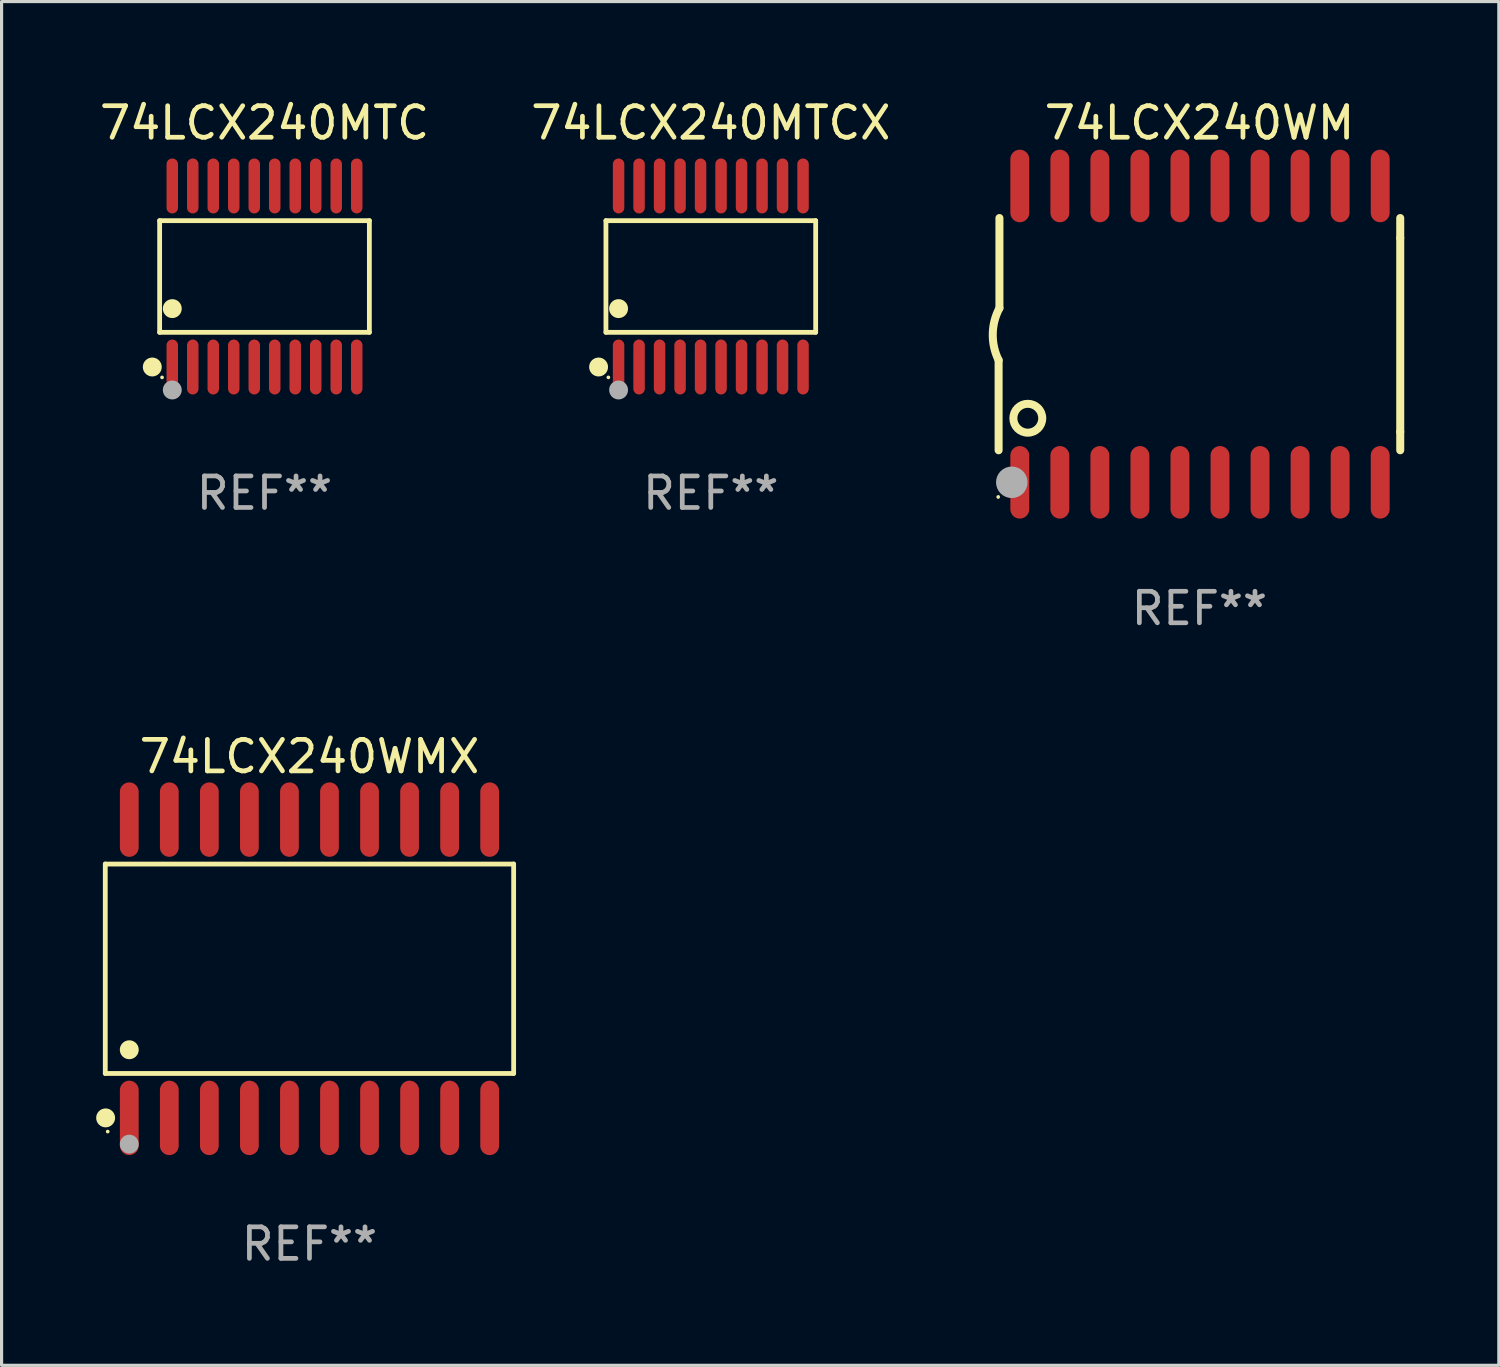
<source format=kicad_pcb>
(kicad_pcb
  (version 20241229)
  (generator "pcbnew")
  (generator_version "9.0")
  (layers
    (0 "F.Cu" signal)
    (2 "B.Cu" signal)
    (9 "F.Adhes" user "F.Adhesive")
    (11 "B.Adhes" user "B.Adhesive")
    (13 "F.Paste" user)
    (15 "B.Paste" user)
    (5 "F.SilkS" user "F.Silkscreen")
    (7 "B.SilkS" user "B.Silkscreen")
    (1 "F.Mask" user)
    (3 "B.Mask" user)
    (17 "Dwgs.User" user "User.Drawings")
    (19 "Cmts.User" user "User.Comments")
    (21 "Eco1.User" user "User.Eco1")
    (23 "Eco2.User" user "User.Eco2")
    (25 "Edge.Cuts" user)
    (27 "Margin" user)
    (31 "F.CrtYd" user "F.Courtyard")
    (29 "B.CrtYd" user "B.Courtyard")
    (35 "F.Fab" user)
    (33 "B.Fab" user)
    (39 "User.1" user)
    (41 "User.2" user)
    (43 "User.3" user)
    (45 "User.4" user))
  (footprint "74LCX240MTCX"
    (layer "F.Cu")
    (at 19.494 5.719)
    (property "Reference" "74LCX240MTCX" (at 0 -4.871 0) (layer "F.SilkS") (effects (font (size 1 1) (thickness 0.15))))
    (attr through_hole)
    (fp_line (start -3.326 -1.771) (end 3.326 -1.771) (stroke (width 0.152) (type solid)) (layer "F.SilkS"))
    (fp_line (start -3.326 1.771) (end -3.326 -1.771) (stroke (width 0.152) (type solid)) (layer "F.SilkS"))
    (fp_line (start 3.326 -1.771) (end 3.326 1.771) (stroke (width 0.152) (type solid)) (layer "F.SilkS"))
    (fp_line (start 3.326 1.771) (end -3.326 1.771) (stroke (width 0.152) (type solid)) (layer "F.SilkS"))
    (fp_circle (center -3.559 2.871) (end -3.409 2.871) (stroke (width 0.3) (type solid)) (fill no) (layer "F.SilkS"))
    (fp_circle (center -3.25 3.2) (end -3.22 3.2) (stroke (width 0.06) (type solid)) (fill no) (layer "F.SilkS"))
    (fp_circle (center -2.925 1.019) (end -2.775 1.019) (stroke (width 0.3) (type solid)) (fill no) (layer "F.SilkS"))
    (fp_circle (center -2.925 3.6) (end -2.775 3.6) (stroke (width 0.3) (type solid)) (fill no) (layer "F.Fab"))
    (fp_text user "REF**" (at 0 6.871 0) (layer "F.Fab") (effects (font (size 1 1) (thickness 0.15))))
    (pad "1" smd oval (at -2.925 2.871) (size 0.364 1.742) (layers "F.Cu" "F.Mask" "F.Paste"))
    (pad "2" smd oval (at -2.275 2.871) (size 0.364 1.742) (layers "F.Cu" "F.Mask" "F.Paste"))
    (pad "3" smd oval (at -1.625 2.871) (size 0.364 1.742) (layers "F.Cu" "F.Mask" "F.Paste"))
    (pad "4" smd oval (at -0.975 2.871) (size 0.364 1.742) (layers "F.Cu" "F.Mask" "F.Paste"))
    (pad "5" smd oval (at -0.325 2.871) (size 0.364 1.742) (layers "F.Cu" "F.Mask" "F.Paste"))
    (pad "6" smd oval (at 0.325 2.871) (size 0.364 1.742) (layers "F.Cu" "F.Mask" "F.Paste"))
    (pad "7" smd oval (at 0.975 2.871) (size 0.364 1.742) (layers "F.Cu" "F.Mask" "F.Paste"))
    (pad "8" smd oval (at 1.625 2.871) (size 0.364 1.742) (layers "F.Cu" "F.Mask" "F.Paste"))
    (pad "9" smd oval (at 2.275 2.871) (size 0.364 1.742) (layers "F.Cu" "F.Mask" "F.Paste"))
    (pad "10" smd oval (at 2.925 2.871) (size 0.364 1.742) (layers "F.Cu" "F.Mask" "F.Paste"))
    (pad "11" smd oval (at 2.925 -2.871) (size 0.364 1.742) (layers "F.Cu" "F.Mask" "F.Paste"))
    (pad "12" smd oval (at 2.275 -2.871) (size 0.364 1.742) (layers "F.Cu" "F.Mask" "F.Paste"))
    (pad "13" smd oval (at 1.625 -2.871) (size 0.364 1.742) (layers "F.Cu" "F.Mask" "F.Paste"))
    (pad "14" smd oval (at 0.975 -2.871) (size 0.364 1.742) (layers "F.Cu" "F.Mask" "F.Paste"))
    (pad "15" smd oval (at 0.325 -2.871) (size 0.364 1.742) (layers "F.Cu" "F.Mask" "F.Paste"))
    (pad "16" smd oval (at -0.325 -2.871) (size 0.364 1.742) (layers "F.Cu" "F.Mask" "F.Paste"))
    (pad "17" smd oval (at -0.975 -2.871) (size 0.364 1.742) (layers "F.Cu" "F.Mask" "F.Paste"))
    (pad "18" smd oval (at -1.625 -2.871) (size 0.364 1.742) (layers "F.Cu" "F.Mask" "F.Paste"))
    (pad "19" smd oval (at -2.275 -2.871) (size 0.364 1.742) (layers "F.Cu" "F.Mask" "F.Paste"))
    (pad "20" smd oval (at -2.925 -2.871) (size 0.364 1.742) (layers "F.Cu" "F.Mask" "F.Paste")))
  (footprint "74LCX240MTC"
    (layer "F.Cu")
    (at 5.339 5.719)
    (property "Reference" "74LCX240MTC" (at 0 -4.871 0) (layer "F.SilkS") (effects (font (size 1 1) (thickness 0.15))))
    (attr through_hole)
    (fp_line (start -3.326 -1.771) (end 3.326 -1.771) (stroke (width 0.152) (type solid)) (layer "F.SilkS"))
    (fp_line (start -3.326 1.771) (end -3.326 -1.771) (stroke (width 0.152) (type solid)) (layer "F.SilkS"))
    (fp_line (start 3.326 -1.771) (end 3.326 1.771) (stroke (width 0.152) (type solid)) (layer "F.SilkS"))
    (fp_line (start 3.326 1.771) (end -3.326 1.771) (stroke (width 0.152) (type solid)) (layer "F.SilkS"))
    (fp_circle (center -3.559 2.871) (end -3.409 2.871) (stroke (width 0.3) (type solid)) (fill no) (layer "F.SilkS"))
    (fp_circle (center -3.25 3.2) (end -3.22 3.2) (stroke (width 0.06) (type solid)) (fill no) (layer "F.SilkS"))
    (fp_circle (center -2.925 1.019) (end -2.775 1.019) (stroke (width 0.3) (type solid)) (fill no) (layer "F.SilkS"))
    (fp_circle (center -2.925 3.6) (end -2.775 3.6) (stroke (width 0.3) (type solid)) (fill no) (layer "F.Fab"))
    (fp_text user "REF**" (at 0 6.871 0) (layer "F.Fab") (effects (font (size 1 1) (thickness 0.15))))
    (pad "1" smd oval (at -2.925 2.871) (size 0.364 1.742) (layers "F.Cu" "F.Mask" "F.Paste"))
    (pad "2" smd oval (at -2.275 2.871) (size 0.364 1.742) (layers "F.Cu" "F.Mask" "F.Paste"))
    (pad "3" smd oval (at -1.625 2.871) (size 0.364 1.742) (layers "F.Cu" "F.Mask" "F.Paste"))
    (pad "4" smd oval (at -0.975 2.871) (size 0.364 1.742) (layers "F.Cu" "F.Mask" "F.Paste"))
    (pad "5" smd oval (at -0.325 2.871) (size 0.364 1.742) (layers "F.Cu" "F.Mask" "F.Paste"))
    (pad "6" smd oval (at 0.325 2.871) (size 0.364 1.742) (layers "F.Cu" "F.Mask" "F.Paste"))
    (pad "7" smd oval (at 0.975 2.871) (size 0.364 1.742) (layers "F.Cu" "F.Mask" "F.Paste"))
    (pad "8" smd oval (at 1.625 2.871) (size 0.364 1.742) (layers "F.Cu" "F.Mask" "F.Paste"))
    (pad "9" smd oval (at 2.275 2.871) (size 0.364 1.742) (layers "F.Cu" "F.Mask" "F.Paste"))
    (pad "10" smd oval (at 2.925 2.871) (size 0.364 1.742) (layers "F.Cu" "F.Mask" "F.Paste"))
    (pad "11" smd oval (at 2.925 -2.871) (size 0.364 1.742) (layers "F.Cu" "F.Mask" "F.Paste"))
    (pad "12" smd oval (at 2.275 -2.871) (size 0.364 1.742) (layers "F.Cu" "F.Mask" "F.Paste"))
    (pad "13" smd oval (at 1.625 -2.871) (size 0.364 1.742) (layers "F.Cu" "F.Mask" "F.Paste"))
    (pad "14" smd oval (at 0.975 -2.871) (size 0.364 1.742) (layers "F.Cu" "F.Mask" "F.Paste"))
    (pad "15" smd oval (at 0.325 -2.871) (size 0.364 1.742) (layers "F.Cu" "F.Mask" "F.Paste"))
    (pad "16" smd oval (at -0.325 -2.871) (size 0.364 1.742) (layers "F.Cu" "F.Mask" "F.Paste"))
    (pad "17" smd oval (at -0.975 -2.871) (size 0.364 1.742) (layers "F.Cu" "F.Mask" "F.Paste"))
    (pad "18" smd oval (at -1.625 -2.871) (size 0.364 1.742) (layers "F.Cu" "F.Mask" "F.Paste"))
    (pad "19" smd oval (at -2.275 -2.871) (size 0.364 1.742) (layers "F.Cu" "F.Mask" "F.Paste"))
    (pad "20" smd oval (at -2.925 -2.871) (size 0.364 1.742) (layers "F.Cu" "F.Mask" "F.Paste")))
  (footprint "74LCX240WM"
    (layer "F.Cu")
    (at 34.991 7.548)
    (property "Reference" "74LCX240WM" (at 0 -6.7 0) (layer "F.SilkS") (effects (font (size 1 1) (thickness 0.15))))
    (attr through_hole)
    (fp_line (start -6.369 0.826) (end -6.369 3.683) (stroke (width 0.254) (type solid)) (layer "F.SilkS"))
    (fp_line (start -6.343 -0.825) (end -6.343 -3.683) (stroke (width 0.254) (type solid)) (layer "F.SilkS"))
    (fp_line (start 6.369 -3.048) (end 6.369 -3.683) (stroke (width 0.254) (type solid)) (layer "F.SilkS"))
    (fp_line (start 6.369 -3.048) (end 6.369 3.096) (stroke (width 0.254) (type solid)) (layer "F.SilkS"))
    (fp_line (start 6.369 3.096) (end 6.369 3.683) (stroke (width 0.254) (type solid)) (layer "F.SilkS"))
    (fp_arc (start -6.36853 0.825552) (mid -6.554743 -0.00301) (end -6.343129 -0.825451) (stroke (width 0.254001) (type solid)) (layer "F.SilkS"))
    (fp_circle (center -6.382 5.163) (end -6.352 5.163) (stroke (width 0.06) (type solid)) (fill no) (layer "F.SilkS"))
    (fp_circle (center -5.443 2.667) (end -4.985 2.667) (stroke (width 0.254) (type solid)) (fill no) (layer "F.SilkS"))
    (fp_circle (center -5.951 4.699) (end -5.701 4.699) (stroke (width 0.5) (type solid)) (fill no) (layer "F.Fab"))
    (fp_text user "REF**" (at 0 8.7 0) (layer "F.Fab") (effects (font (size 1 1) (thickness 0.15))))
    (pad "1" smd oval (at -5.697 4.7 180) (size 0.6 2.3) (layers "F.Cu" "F.Mask" "F.Paste"))
    (pad "2" smd oval (at -4.427 4.7 180) (size 0.6 2.3) (layers "F.Cu" "F.Mask" "F.Paste"))
    (pad "3" smd oval (at -3.157 4.7 180) (size 0.6 2.3) (layers "F.Cu" "F.Mask" "F.Paste"))
    (pad "4" smd oval (at -1.887 4.7 180) (size 0.6 2.3) (layers "F.Cu" "F.Mask" "F.Paste"))
    (pad "5" smd oval (at -0.617 4.7 180) (size 0.6 2.3) (layers "F.Cu" "F.Mask" "F.Paste"))
    (pad "6" smd oval (at 0.653 4.7 180) (size 0.6 2.3) (layers "F.Cu" "F.Mask" "F.Paste"))
    (pad "7" smd oval (at 1.923 4.7 180) (size 0.6 2.3) (layers "F.Cu" "F.Mask" "F.Paste"))
    (pad "8" smd oval (at 3.193 4.7 180) (size 0.6 2.3) (layers "F.Cu" "F.Mask" "F.Paste"))
    (pad "9" smd oval (at 4.463 4.7 180) (size 0.6 2.3) (layers "F.Cu" "F.Mask" "F.Paste"))
    (pad "10" smd oval (at 5.734 4.7 180) (size 0.6 2.3) (layers "F.Cu" "F.Mask" "F.Paste"))
    (pad "11" smd oval (at 5.734 -4.7 180) (size 0.6 2.3) (layers "F.Cu" "F.Mask" "F.Paste"))
    (pad "12" smd oval (at 4.463 -4.7 180) (size 0.6 2.3) (layers "F.Cu" "F.Mask" "F.Paste"))
    (pad "13" smd oval (at 3.193 -4.7 180) (size 0.6 2.3) (layers "F.Cu" "F.Mask" "F.Paste"))
    (pad "14" smd oval (at 1.923 -4.7 180) (size 0.6 2.3) (layers "F.Cu" "F.Mask" "F.Paste"))
    (pad "15" smd oval (at 0.653 -4.7 180) (size 0.6 2.3) (layers "F.Cu" "F.Mask" "F.Paste"))
    (pad "16" smd oval (at -0.617 -4.7 180) (size 0.6 2.3) (layers "F.Cu" "F.Mask" "F.Paste"))
    (pad "17" smd oval (at -1.887 -4.7 180) (size 0.6 2.3) (layers "F.Cu" "F.Mask" "F.Paste"))
    (pad "18" smd oval (at -3.157 -4.7 180) (size 0.6 2.3) (layers "F.Cu" "F.Mask" "F.Paste"))
    (pad "19" smd oval (at -4.427 -4.7 180) (size 0.6 2.3) (layers "F.Cu" "F.Mask" "F.Paste"))
    (pad "20" smd oval (at -5.697 -4.7 180) (size 0.6 2.3) (layers "F.Cu" "F.Mask" "F.Paste")))
  (footprint "74LCX240WMX"
    (layer "F.Cu")
    (at 6.765 27.675)
    (property "Reference" "74LCX240WMX" (at 0 -6.73 0) (layer "F.SilkS") (effects (font (size 1 1) (thickness 0.15))))
    (attr through_hole)
    (fp_line (start -6.476 -3.321) (end 6.476 -3.321) (stroke (width 0.152) (type solid)) (layer "F.SilkS"))
    (fp_line (start -6.476 3.321) (end -6.476 -3.321) (stroke (width 0.152) (type solid)) (layer "F.SilkS"))
    (fp_line (start 6.476 -3.321) (end 6.476 3.321) (stroke (width 0.152) (type solid)) (layer "F.SilkS"))
    (fp_line (start 6.476 3.321) (end -6.476 3.321) (stroke (width 0.152) (type solid)) (layer "F.SilkS"))
    (fp_circle (center -6.465 4.73) (end -6.315 4.73) (stroke (width 0.3) (type solid)) (fill no) (layer "F.SilkS"))
    (fp_circle (center -6.4 5.163) (end -6.37 5.163) (stroke (width 0.06) (type solid)) (fill no) (layer "F.SilkS"))
    (fp_circle (center -5.715 2.569) (end -5.565 2.569) (stroke (width 0.3) (type solid)) (fill no) (layer "F.SilkS"))
    (fp_circle (center -5.715 5.563) (end -5.565 5.563) (stroke (width 0.3) (type solid)) (fill no) (layer "F.Fab"))
    (fp_text user "REF**" (at 0 8.73 0) (layer "F.Fab") (effects (font (size 1 1) (thickness 0.15))))
    (pad "1" smd oval (at -5.715 4.73) (size 0.595 2.36) (layers "F.Cu" "F.Mask" "F.Paste"))
    (pad "2" smd oval (at -4.445 4.73) (size 0.595 2.36) (layers "F.Cu" "F.Mask" "F.Paste"))
    (pad "3" smd oval (at -3.175 4.73) (size 0.595 2.36) (layers "F.Cu" "F.Mask" "F.Paste"))
    (pad "4" smd oval (at -1.905 4.73) (size 0.595 2.36) (layers "F.Cu" "F.Mask" "F.Paste"))
    (pad "5" smd oval (at -0.635 4.73) (size 0.595 2.36) (layers "F.Cu" "F.Mask" "F.Paste"))
    (pad "6" smd oval (at 0.635 4.73) (size 0.595 2.36) (layers "F.Cu" "F.Mask" "F.Paste"))
    (pad "7" smd oval (at 1.905 4.73) (size 0.595 2.36) (layers "F.Cu" "F.Mask" "F.Paste"))
    (pad "8" smd oval (at 3.175 4.73) (size 0.595 2.36) (layers "F.Cu" "F.Mask" "F.Paste"))
    (pad "9" smd oval (at 4.445 4.73) (size 0.595 2.36) (layers "F.Cu" "F.Mask" "F.Paste"))
    (pad "10" smd oval (at 5.715 4.73) (size 0.595 2.36) (layers "F.Cu" "F.Mask" "F.Paste"))
    (pad "11" smd oval (at 5.715 -4.73) (size 0.595 2.36) (layers "F.Cu" "F.Mask" "F.Paste"))
    (pad "12" smd oval (at 4.445 -4.73) (size 0.595 2.36) (layers "F.Cu" "F.Mask" "F.Paste"))
    (pad "13" smd oval (at 3.175 -4.73) (size 0.595 2.36) (layers "F.Cu" "F.Mask" "F.Paste"))
    (pad "14" smd oval (at 1.905 -4.73) (size 0.595 2.36) (layers "F.Cu" "F.Mask" "F.Paste"))
    (pad "15" smd oval (at 0.635 -4.73) (size 0.595 2.36) (layers "F.Cu" "F.Mask" "F.Paste"))
    (pad "16" smd oval (at -0.635 -4.73) (size 0.595 2.36) (layers "F.Cu" "F.Mask" "F.Paste"))
    (pad "17" smd oval (at -1.905 -4.73) (size 0.595 2.36) (layers "F.Cu" "F.Mask" "F.Paste"))
    (pad "18" smd oval (at -3.175 -4.73) (size 0.595 2.36) (layers "F.Cu" "F.Mask" "F.Paste"))
    (pad "19" smd oval (at -4.445 -4.73) (size 0.595 2.36) (layers "F.Cu" "F.Mask" "F.Paste"))
    (pad "20" smd oval (at -5.715 -4.73) (size 0.595 2.36) (layers "F.Cu" "F.Mask" "F.Paste")))
  (gr_rect
    (start -3 -3)
    (end 44.487 40.253)
    (stroke (width 0.1) (type default))
    (fill no)
    (layer "Edge.Cuts")))
</source>
